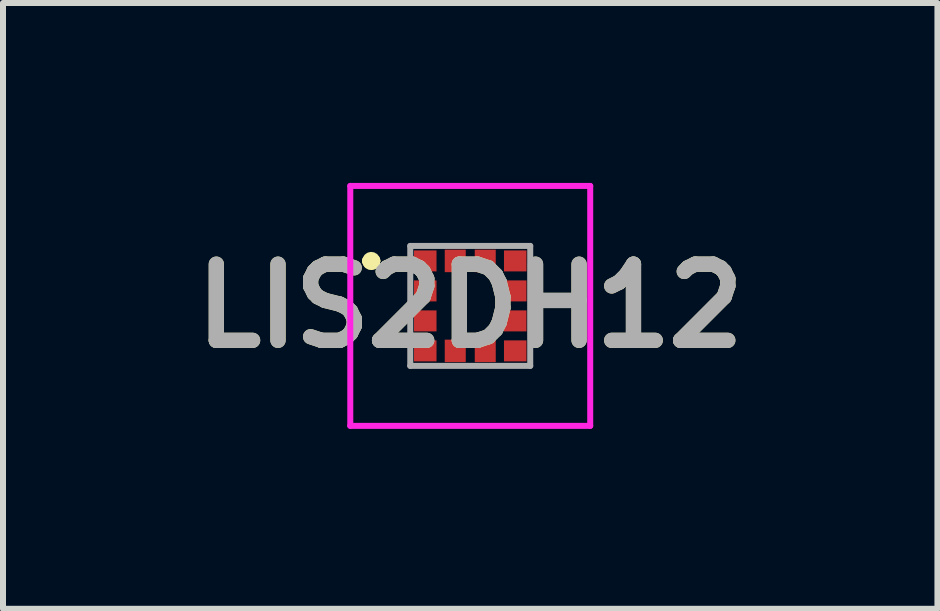
<source format=kicad_pcb>
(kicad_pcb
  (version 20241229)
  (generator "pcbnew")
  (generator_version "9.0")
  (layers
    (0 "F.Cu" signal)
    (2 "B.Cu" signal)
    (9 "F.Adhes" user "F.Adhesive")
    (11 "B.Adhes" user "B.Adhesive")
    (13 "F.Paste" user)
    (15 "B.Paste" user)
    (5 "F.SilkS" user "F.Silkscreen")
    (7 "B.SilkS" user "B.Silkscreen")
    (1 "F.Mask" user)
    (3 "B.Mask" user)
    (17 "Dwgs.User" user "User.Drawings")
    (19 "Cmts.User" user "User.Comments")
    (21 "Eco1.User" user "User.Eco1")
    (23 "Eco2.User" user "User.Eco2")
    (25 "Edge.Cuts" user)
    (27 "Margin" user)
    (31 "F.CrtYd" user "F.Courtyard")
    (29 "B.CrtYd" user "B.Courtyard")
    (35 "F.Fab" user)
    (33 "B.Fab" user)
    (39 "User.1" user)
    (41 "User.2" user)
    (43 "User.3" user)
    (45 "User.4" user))
  (footprint "LIS2DH12"
    (layer "F.Cu")
    (at 4.79 2.05)
    (property "Reference" "LIS2DH12" (at 0 0 0) (layer "F.SilkS") (effects (font (size 1.27 1.27) (thickness 0.254))))
    (attr smd)
    (fp_line (start -1.7 -0.75) (end -1.7 -0.75) (stroke (width 0.2) (type solid)) (layer "F.SilkS"))
    (fp_line (start -1.7 -0.75) (end -1.7 -0.75) (stroke (width 0.2) (type solid)) (layer "F.SilkS"))
    (fp_line (start -1.6 -0.75) (end -1.6 -0.75) (stroke (width 0.2) (type solid)) (layer "F.SilkS"))
    (fp_arc (start -1.7 -0.75) (mid -1.65 -0.8) (end -1.6 -0.75) (stroke (width 0.2) (type solid)) (layer "F.SilkS"))
    (fp_arc (start -1.6 -0.75) (mid -1.65 -0.7) (end -1.7 -0.75) (stroke (width 0.2) (type solid)) (layer "F.SilkS"))
    (fp_arc (start -1.6 -0.75) (mid -1.65 -0.7) (end -1.7 -0.75) (stroke (width 0.2) (type solid)) (layer "F.SilkS"))
    (fp_line (start -2 -2) (end 2 -2) (stroke (width 0.1) (type solid)) (layer "F.CrtYd"))
    (fp_line (start -2 2) (end -2 -2) (stroke (width 0.1) (type solid)) (layer "F.CrtYd"))
    (fp_line (start 2 -2) (end 2 2) (stroke (width 0.1) (type solid)) (layer "F.CrtYd"))
    (fp_line (start 2 2) (end -2 2) (stroke (width 0.1) (type solid)) (layer "F.CrtYd"))
    (fp_line (start -1 -1) (end -1 1) (stroke (width 0.1) (type solid)) (layer "F.Fab"))
    (fp_line (start -1 1) (end 1 1) (stroke (width 0.1) (type solid)) (layer "F.Fab"))
    (fp_line (start 1 -1) (end -1 -1) (stroke (width 0.1) (type solid)) (layer "F.Fab"))
    (fp_line (start 1 1) (end 1 -1) (stroke (width 0.1) (type solid)) (layer "F.Fab"))
    (fp_text user "${REFERENCE}" (at 0 0 0) (layer "F.Fab") (effects (font (size 1.27 1.27) (thickness 0.254))))
    (pad "1" smd rect (at -0.75 -0.75 90) (size 0.35 0.375) (layers "F.Cu" "F.Mask" "F.Paste"))
    (pad "2" smd rect (at -0.75 -0.25 90) (size 0.35 0.375) (layers "F.Cu" "F.Mask" "F.Paste"))
    (pad "3" smd rect (at -0.75 0.25 90) (size 0.35 0.375) (layers "F.Cu" "F.Mask" "F.Paste"))
    (pad "4" smd rect (at -0.75 0.75 90) (size 0.35 0.375) (layers "F.Cu" "F.Mask" "F.Paste"))
    (pad "5" smd rect (at -0.25 0.75) (size 0.35 0.375) (layers "F.Cu" "F.Mask" "F.Paste"))
    (pad "6" smd rect (at 0.25 0.75) (size 0.35 0.375) (layers "F.Cu" "F.Mask" "F.Paste"))
    (pad "7" smd rect (at 0.75 0.75 90) (size 0.35 0.375) (layers "F.Cu" "F.Mask" "F.Paste"))
    (pad "8" smd rect (at 0.75 0.25 90) (size 0.35 0.375) (layers "F.Cu" "F.Mask" "F.Paste"))
    (pad "9" smd rect (at 0.75 -0.25 90) (size 0.35 0.375) (layers "F.Cu" "F.Mask" "F.Paste"))
    (pad "10" smd rect (at 0.75 -0.75 90) (size 0.35 0.375) (layers "F.Cu" "F.Mask" "F.Paste"))
    (pad "11" smd rect (at 0.25 -0.75) (size 0.35 0.375) (layers "F.Cu" "F.Mask" "F.Paste"))
    (pad "12" smd rect (at -0.25 -0.75) (size 0.35 0.375) (layers "F.Cu" "F.Mask" "F.Paste")))
  (gr_rect
    (start -3 -3)
    (end 12.579 7.1)
    (stroke (width 0.1) (type default))
    (fill no)
    (layer "Edge.Cuts")))
</source>
